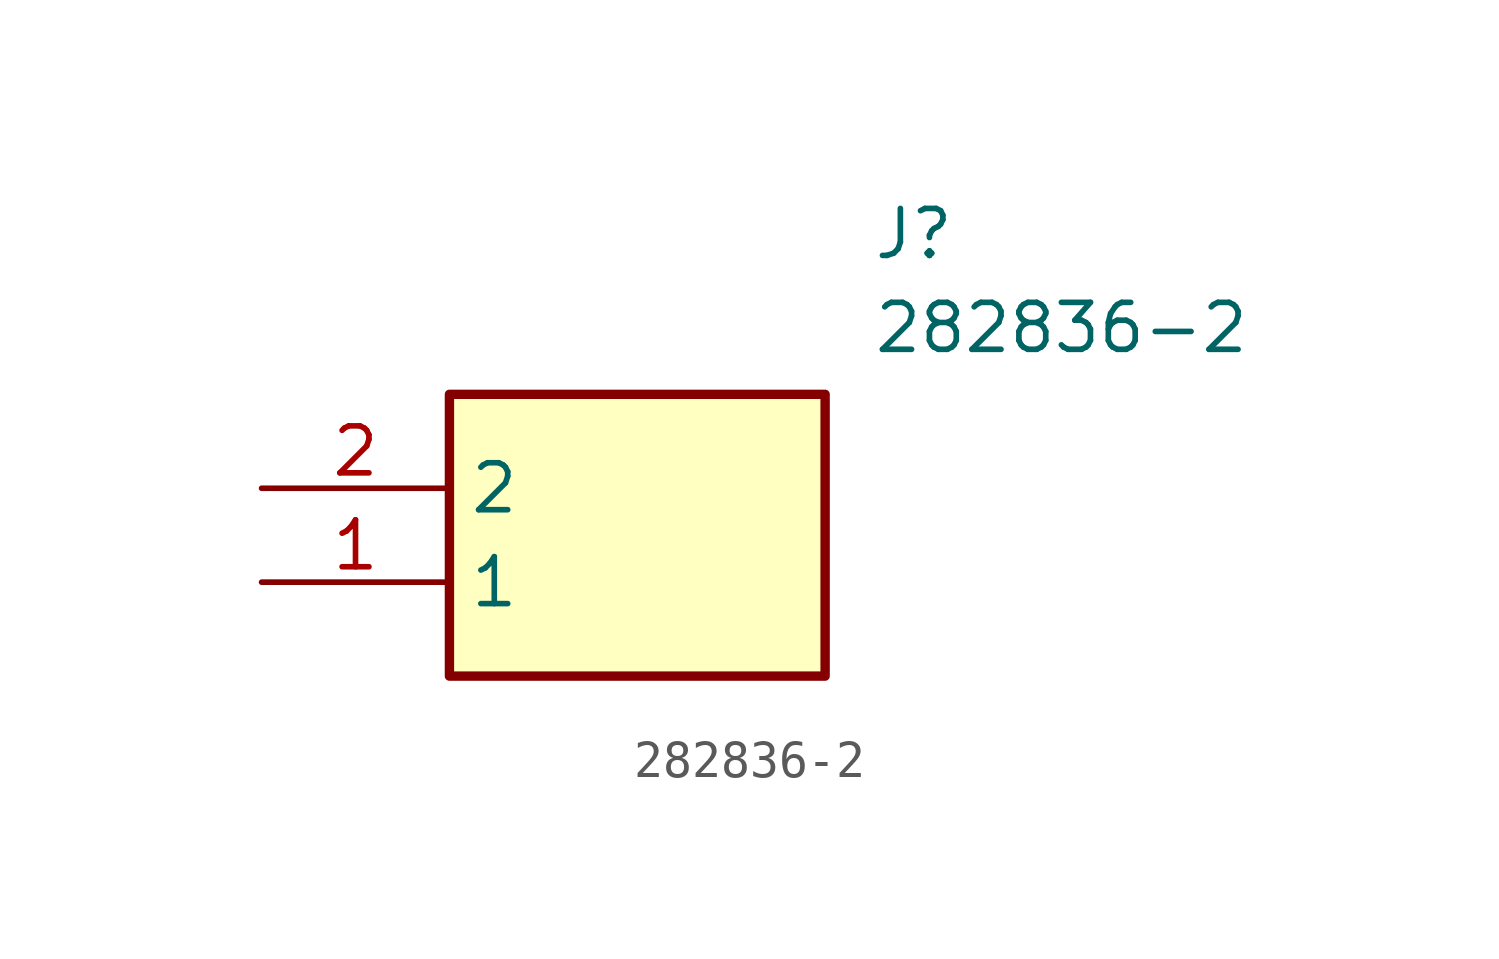
<source format=kicad_sym>
(kicad_symbol_lib
  (version 20211014)
  (generator SamacSys_ECAD_Model)
  (symbol "282836-2"
    (property "Reference" "J"
      (at 16.51 7.62 0)
      (effects (font (size 1.27 1.27)) (justify left top)))
    (property "Value" "282836-2"
      (at 16.51 5.08 0)
      (effects (font (size 1.27 1.27)) (justify left top)))
    (rectangle
      (start 5.08 2.54)
      (end 15.24 -5.08)
      (stroke (width 0.254) (type default))
      (fill (type background)))
    (pin passive line
      (at 0 -2.54 0)
      (length 5.08)
      (name "1" (effects (font (size 1.27 1.27))))
      (number "1" (effects (font (size 1.27 1.27)))))
    (pin passive line
      (at 0 0 0)
      (length 5.08)
      (name "2" (effects (font (size 1.27 1.27))))
      (number "2" (effects (font (size 1.27 1.27)))))))
</source>
